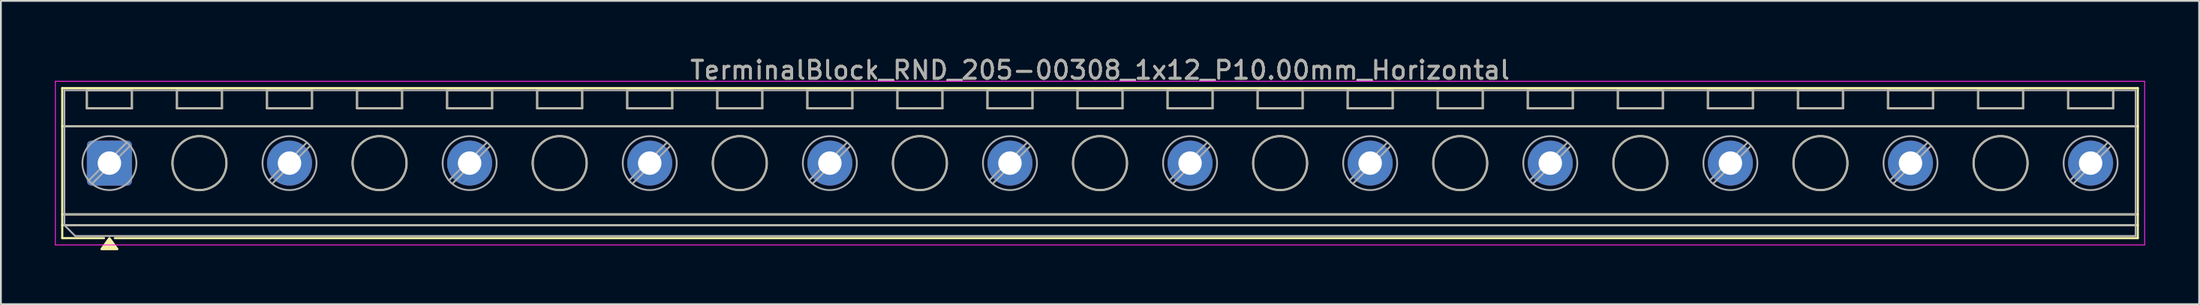
<source format=kicad_pcb>
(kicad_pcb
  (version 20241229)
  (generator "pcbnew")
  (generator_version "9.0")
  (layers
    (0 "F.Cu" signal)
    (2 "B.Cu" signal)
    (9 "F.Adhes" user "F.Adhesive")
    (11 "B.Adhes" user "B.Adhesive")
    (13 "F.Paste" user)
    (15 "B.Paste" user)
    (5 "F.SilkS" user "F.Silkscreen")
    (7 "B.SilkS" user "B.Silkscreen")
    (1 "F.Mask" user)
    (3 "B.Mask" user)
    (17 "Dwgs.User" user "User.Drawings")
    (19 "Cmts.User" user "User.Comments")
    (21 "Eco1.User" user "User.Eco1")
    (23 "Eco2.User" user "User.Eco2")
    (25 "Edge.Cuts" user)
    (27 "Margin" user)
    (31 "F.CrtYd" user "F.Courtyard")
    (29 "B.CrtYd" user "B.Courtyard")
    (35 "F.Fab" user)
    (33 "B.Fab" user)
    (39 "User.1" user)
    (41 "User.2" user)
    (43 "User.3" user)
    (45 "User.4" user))
  (footprint "TerminalBlock_RND_205-00308_1x12_P10.00mm_Horizontal"
    (layer "F.Cu")
    (at 3.025 6.018)
    (property "Reference" "TerminalBlock_RND_205-00308_1x12_P10.00mm_Horizontal" (at 55 -5.17 0) (layer "F.SilkS") (effects (font (size 1 1) (thickness 0.15))))
    (attr through_hole)
    (fp_line (start -2.62 -4.17) (end -2.62 4.17) (stroke (width 0.12) (type solid)) (layer "F.SilkS"))
    (fp_line (start -2.62 -4.17) (end 112.62 -4.17) (stroke (width 0.12) (type solid)) (layer "F.SilkS"))
    (fp_line (start -2.62 -2.05) (end 112.62 -2.05) (stroke (width 0.12) (type solid)) (layer "F.SilkS"))
    (fp_line (start -2.62 2.85) (end 112.62 2.85) (stroke (width 0.12) (type solid)) (layer "F.SilkS"))
    (fp_line (start -2.62 3.45) (end 112.62 3.45) (stroke (width 0.12) (type solid)) (layer "F.SilkS"))
    (fp_line (start -2.62 4.17) (end -0.3 4.17) (stroke (width 0.12) (type solid)) (layer "F.SilkS"))
    (fp_line (start -1.25 -4.05) (end -1.25 -3.05) (stroke (width 0.12) (type solid)) (layer "F.SilkS"))
    (fp_line (start -1.25 -4.05) (end 1.25 -4.05) (stroke (width 0.12) (type solid)) (layer "F.SilkS"))
    (fp_line (start -1.25 -3.05) (end 1.25 -3.05) (stroke (width 0.12) (type solid)) (layer "F.SilkS"))
    (fp_line (start 0.3 4.17) (end 112.62 4.17) (stroke (width 0.12) (type solid)) (layer "F.SilkS"))
    (fp_line (start 1.25 -4.05) (end 1.25 -3.05) (stroke (width 0.12) (type solid)) (layer "F.SilkS"))
    (fp_line (start 3.75 -4.05) (end 3.75 -3.05) (stroke (width 0.12) (type solid)) (layer "F.SilkS"))
    (fp_line (start 3.75 -4.05) (end 6.25 -4.05) (stroke (width 0.12) (type solid)) (layer "F.SilkS"))
    (fp_line (start 3.75 -3.05) (end 6.25 -3.05) (stroke (width 0.12) (type solid)) (layer "F.SilkS"))
    (fp_line (start 6.25 -4.05) (end 6.25 -3.05) (stroke (width 0.12) (type solid)) (layer "F.SilkS"))
    (fp_line (start 8.75 -4.05) (end 8.75 -3.05) (stroke (width 0.12) (type solid)) (layer "F.SilkS"))
    (fp_line (start 8.75 -4.05) (end 11.25 -4.05) (stroke (width 0.12) (type solid)) (layer "F.SilkS"))
    (fp_line (start 8.75 -3.05) (end 11.25 -3.05) (stroke (width 0.12) (type solid)) (layer "F.SilkS"))
    (fp_line (start 11.25 -4.05) (end 11.25 -3.05) (stroke (width 0.12) (type solid)) (layer "F.SilkS"))
    (fp_line (start 13.75 -4.05) (end 13.75 -3.05) (stroke (width 0.12) (type solid)) (layer "F.SilkS"))
    (fp_line (start 13.75 -4.05) (end 16.25 -4.05) (stroke (width 0.12) (type solid)) (layer "F.SilkS"))
    (fp_line (start 13.75 -3.05) (end 16.25 -3.05) (stroke (width 0.12) (type solid)) (layer "F.SilkS"))
    (fp_line (start 16.25 -4.05) (end 16.25 -3.05) (stroke (width 0.12) (type solid)) (layer "F.SilkS"))
    (fp_line (start 18.75 -4.05) (end 18.75 -3.05) (stroke (width 0.12) (type solid)) (layer "F.SilkS"))
    (fp_line (start 18.75 -4.05) (end 21.25 -4.05) (stroke (width 0.12) (type solid)) (layer "F.SilkS"))
    (fp_line (start 18.75 -3.05) (end 21.25 -3.05) (stroke (width 0.12) (type solid)) (layer "F.SilkS"))
    (fp_line (start 21.25 -4.05) (end 21.25 -3.05) (stroke (width 0.12) (type solid)) (layer "F.SilkS"))
    (fp_line (start 23.75 -4.05) (end 23.75 -3.05) (stroke (width 0.12) (type solid)) (layer "F.SilkS"))
    (fp_line (start 23.75 -4.05) (end 26.25 -4.05) (stroke (width 0.12) (type solid)) (layer "F.SilkS"))
    (fp_line (start 23.75 -3.05) (end 26.25 -3.05) (stroke (width 0.12) (type solid)) (layer "F.SilkS"))
    (fp_line (start 26.25 -4.05) (end 26.25 -3.05) (stroke (width 0.12) (type solid)) (layer "F.SilkS"))
    (fp_line (start 28.75 -4.05) (end 28.75 -3.05) (stroke (width 0.12) (type solid)) (layer "F.SilkS"))
    (fp_line (start 28.75 -4.05) (end 31.25 -4.05) (stroke (width 0.12) (type solid)) (layer "F.SilkS"))
    (fp_line (start 28.75 -3.05) (end 31.25 -3.05) (stroke (width 0.12) (type solid)) (layer "F.SilkS"))
    (fp_line (start 31.25 -4.05) (end 31.25 -3.05) (stroke (width 0.12) (type solid)) (layer "F.SilkS"))
    (fp_line (start 33.75 -4.05) (end 33.75 -3.05) (stroke (width 0.12) (type solid)) (layer "F.SilkS"))
    (fp_line (start 33.75 -4.05) (end 36.25 -4.05) (stroke (width 0.12) (type solid)) (layer "F.SilkS"))
    (fp_line (start 33.75 -3.05) (end 36.25 -3.05) (stroke (width 0.12) (type solid)) (layer "F.SilkS"))
    (fp_line (start 36.25 -4.05) (end 36.25 -3.05) (stroke (width 0.12) (type solid)) (layer "F.SilkS"))
    (fp_line (start 38.75 -4.05) (end 38.75 -3.05) (stroke (width 0.12) (type solid)) (layer "F.SilkS"))
    (fp_line (start 38.75 -4.05) (end 41.25 -4.05) (stroke (width 0.12) (type solid)) (layer "F.SilkS"))
    (fp_line (start 38.75 -3.05) (end 41.25 -3.05) (stroke (width 0.12) (type solid)) (layer "F.SilkS"))
    (fp_line (start 41.25 -4.05) (end 41.25 -3.05) (stroke (width 0.12) (type solid)) (layer "F.SilkS"))
    (fp_line (start 43.75 -4.05) (end 43.75 -3.05) (stroke (width 0.12) (type solid)) (layer "F.SilkS"))
    (fp_line (start 43.75 -4.05) (end 46.25 -4.05) (stroke (width 0.12) (type solid)) (layer "F.SilkS"))
    (fp_line (start 43.75 -3.05) (end 46.25 -3.05) (stroke (width 0.12) (type solid)) (layer "F.SilkS"))
    (fp_line (start 46.25 -4.05) (end 46.25 -3.05) (stroke (width 0.12) (type solid)) (layer "F.SilkS"))
    (fp_line (start 48.75 -4.05) (end 48.75 -3.05) (stroke (width 0.12) (type solid)) (layer "F.SilkS"))
    (fp_line (start 48.75 -4.05) (end 51.25 -4.05) (stroke (width 0.12) (type solid)) (layer "F.SilkS"))
    (fp_line (start 48.75 -3.05) (end 51.25 -3.05) (stroke (width 0.12) (type solid)) (layer "F.SilkS"))
    (fp_line (start 51.25 -4.05) (end 51.25 -3.05) (stroke (width 0.12) (type solid)) (layer "F.SilkS"))
    (fp_line (start 53.75 -4.05) (end 53.75 -3.05) (stroke (width 0.12) (type solid)) (layer "F.SilkS"))
    (fp_line (start 53.75 -4.05) (end 56.25 -4.05) (stroke (width 0.12) (type solid)) (layer "F.SilkS"))
    (fp_line (start 53.75 -3.05) (end 56.25 -3.05) (stroke (width 0.12) (type solid)) (layer "F.SilkS"))
    (fp_line (start 56.25 -4.05) (end 56.25 -3.05) (stroke (width 0.12) (type solid)) (layer "F.SilkS"))
    (fp_line (start 58.75 -4.05) (end 58.75 -3.05) (stroke (width 0.12) (type solid)) (layer "F.SilkS"))
    (fp_line (start 58.75 -4.05) (end 61.25 -4.05) (stroke (width 0.12) (type solid)) (layer "F.SilkS"))
    (fp_line (start 58.75 -3.05) (end 61.25 -3.05) (stroke (width 0.12) (type solid)) (layer "F.SilkS"))
    (fp_line (start 61.25 -4.05) (end 61.25 -3.05) (stroke (width 0.12) (type solid)) (layer "F.SilkS"))
    (fp_line (start 63.75 -4.05) (end 63.75 -3.05) (stroke (width 0.12) (type solid)) (layer "F.SilkS"))
    (fp_line (start 63.75 -4.05) (end 66.25 -4.05) (stroke (width 0.12) (type solid)) (layer "F.SilkS"))
    (fp_line (start 63.75 -3.05) (end 66.25 -3.05) (stroke (width 0.12) (type solid)) (layer "F.SilkS"))
    (fp_line (start 66.25 -4.05) (end 66.25 -3.05) (stroke (width 0.12) (type solid)) (layer "F.SilkS"))
    (fp_line (start 68.75 -4.05) (end 68.75 -3.05) (stroke (width 0.12) (type solid)) (layer "F.SilkS"))
    (fp_line (start 68.75 -4.05) (end 71.25 -4.05) (stroke (width 0.12) (type solid)) (layer "F.SilkS"))
    (fp_line (start 68.75 -3.05) (end 71.25 -3.05) (stroke (width 0.12) (type solid)) (layer "F.SilkS"))
    (fp_line (start 71.25 -4.05) (end 71.25 -3.05) (stroke (width 0.12) (type solid)) (layer "F.SilkS"))
    (fp_line (start 73.75 -4.05) (end 73.75 -3.05) (stroke (width 0.12) (type solid)) (layer "F.SilkS"))
    (fp_line (start 73.75 -4.05) (end 76.25 -4.05) (stroke (width 0.12) (type solid)) (layer "F.SilkS"))
    (fp_line (start 73.75 -3.05) (end 76.25 -3.05) (stroke (width 0.12) (type solid)) (layer "F.SilkS"))
    (fp_line (start 76.25 -4.05) (end 76.25 -3.05) (stroke (width 0.12) (type solid)) (layer "F.SilkS"))
    (fp_line (start 78.75 -4.05) (end 78.75 -3.05) (stroke (width 0.12) (type solid)) (layer "F.SilkS"))
    (fp_line (start 78.75 -4.05) (end 81.25 -4.05) (stroke (width 0.12) (type solid)) (layer "F.SilkS"))
    (fp_line (start 78.75 -3.05) (end 81.25 -3.05) (stroke (width 0.12) (type solid)) (layer "F.SilkS"))
    (fp_line (start 81.25 -4.05) (end 81.25 -3.05) (stroke (width 0.12) (type solid)) (layer "F.SilkS"))
    (fp_line (start 83.75 -4.05) (end 83.75 -3.05) (stroke (width 0.12) (type solid)) (layer "F.SilkS"))
    (fp_line (start 83.75 -4.05) (end 86.25 -4.05) (stroke (width 0.12) (type solid)) (layer "F.SilkS"))
    (fp_line (start 83.75 -3.05) (end 86.25 -3.05) (stroke (width 0.12) (type solid)) (layer "F.SilkS"))
    (fp_line (start 86.25 -4.05) (end 86.25 -3.05) (stroke (width 0.12) (type solid)) (layer "F.SilkS"))
    (fp_line (start 88.75 -4.05) (end 88.75 -3.05) (stroke (width 0.12) (type solid)) (layer "F.SilkS"))
    (fp_line (start 88.75 -4.05) (end 91.25 -4.05) (stroke (width 0.12) (type solid)) (layer "F.SilkS"))
    (fp_line (start 88.75 -3.05) (end 91.25 -3.05) (stroke (width 0.12) (type solid)) (layer "F.SilkS"))
    (fp_line (start 91.25 -4.05) (end 91.25 -3.05) (stroke (width 0.12) (type solid)) (layer "F.SilkS"))
    (fp_line (start 93.75 -4.05) (end 93.75 -3.05) (stroke (width 0.12) (type solid)) (layer "F.SilkS"))
    (fp_line (start 93.75 -4.05) (end 96.25 -4.05) (stroke (width 0.12) (type solid)) (layer "F.SilkS"))
    (fp_line (start 93.75 -3.05) (end 96.25 -3.05) (stroke (width 0.12) (type solid)) (layer "F.SilkS"))
    (fp_line (start 96.25 -4.05) (end 96.25 -3.05) (stroke (width 0.12) (type solid)) (layer "F.SilkS"))
    (fp_line (start 98.75 -4.05) (end 98.75 -3.05) (stroke (width 0.12) (type solid)) (layer "F.SilkS"))
    (fp_line (start 98.75 -4.05) (end 101.25 -4.05) (stroke (width 0.12) (type solid)) (layer "F.SilkS"))
    (fp_line (start 98.75 -3.05) (end 101.25 -3.05) (stroke (width 0.12) (type solid)) (layer "F.SilkS"))
    (fp_line (start 101.25 -4.05) (end 101.25 -3.05) (stroke (width 0.12) (type solid)) (layer "F.SilkS"))
    (fp_line (start 103.75 -4.05) (end 103.75 -3.05) (stroke (width 0.12) (type solid)) (layer "F.SilkS"))
    (fp_line (start 103.75 -4.05) (end 106.25 -4.05) (stroke (width 0.12) (type solid)) (layer "F.SilkS"))
    (fp_line (start 103.75 -3.05) (end 106.25 -3.05) (stroke (width 0.12) (type solid)) (layer "F.SilkS"))
    (fp_line (start 106.25 -4.05) (end 106.25 -3.05) (stroke (width 0.12) (type solid)) (layer "F.SilkS"))
    (fp_line (start 108.75 -4.05) (end 108.75 -3.05) (stroke (width 0.12) (type solid)) (layer "F.SilkS"))
    (fp_line (start 108.75 -4.05) (end 111.25 -4.05) (stroke (width 0.12) (type solid)) (layer "F.SilkS"))
    (fp_line (start 108.75 -3.05) (end 111.25 -3.05) (stroke (width 0.12) (type solid)) (layer "F.SilkS"))
    (fp_line (start 111.25 -4.05) (end 111.25 -3.05) (stroke (width 0.12) (type solid)) (layer "F.SilkS"))
    (fp_line (start 112.62 -4.17) (end 112.62 4.17) (stroke (width 0.12) (type solid)) (layer "F.SilkS"))
    (fp_circle (center 5 0) (end 6.5 0) (stroke (width 0.12) (type solid)) (fill no) (layer "F.SilkS"))
    (fp_circle (center 15 0) (end 16.5 0) (stroke (width 0.12) (type solid)) (fill no) (layer "F.SilkS"))
    (fp_circle (center 25 0) (end 26.5 0) (stroke (width 0.12) (type solid)) (fill no) (layer "F.SilkS"))
    (fp_circle (center 35 0) (end 36.5 0) (stroke (width 0.12) (type solid)) (fill no) (layer "F.SilkS"))
    (fp_circle (center 45 0) (end 46.5 0) (stroke (width 0.12) (type solid)) (fill no) (layer "F.SilkS"))
    (fp_circle (center 55 0) (end 56.5 0) (stroke (width 0.12) (type solid)) (fill no) (layer "F.SilkS"))
    (fp_circle (center 65 0) (end 66.5 0) (stroke (width 0.12) (type solid)) (fill no) (layer "F.SilkS"))
    (fp_circle (center 75 0) (end 76.5 0) (stroke (width 0.12) (type solid)) (fill no) (layer "F.SilkS"))
    (fp_circle (center 85 0) (end 86.5 0) (stroke (width 0.12) (type solid)) (fill no) (layer "F.SilkS"))
    (fp_circle (center 95 0) (end 96.5 0) (stroke (width 0.12) (type solid)) (fill no) (layer "F.SilkS"))
    (fp_circle (center 105 0) (end 106.5 0) (stroke (width 0.12) (type solid)) (fill no) (layer "F.SilkS"))
    (fp_poly (pts (xy 0 4.17) (xy 0.44 4.78) (xy -0.44 4.78)) (stroke (width 0.12) (type solid)) (fill yes) (layer "F.SilkS"))
    (fp_line (start -3 -4.55) (end -3 4.55) (stroke (width 0.05) (type solid)) (layer "F.CrtYd"))
    (fp_line (start -3 4.55) (end 113 4.55) (stroke (width 0.05) (type solid)) (layer "F.CrtYd"))
    (fp_line (start 113 -4.55) (end -3 -4.55) (stroke (width 0.05) (type solid)) (layer "F.CrtYd"))
    (fp_line (start 113 4.55) (end 113 -4.55) (stroke (width 0.05) (type solid)) (layer "F.CrtYd"))
    (fp_line (start -2.5 -4.05) (end 112.5 -4.05) (stroke (width 0.1) (type solid)) (layer "F.Fab"))
    (fp_line (start -2.5 -2.05) (end 112.5 -2.05) (stroke (width 0.1) (type solid)) (layer "F.Fab"))
    (fp_line (start -2.5 2.85) (end 112.5 2.85) (stroke (width 0.1) (type solid)) (layer "F.Fab"))
    (fp_line (start -2.5 3.45) (end -2.5 -4.05) (stroke (width 0.1) (type solid)) (layer "F.Fab"))
    (fp_line (start -2.5 3.45) (end 112.5 3.45) (stroke (width 0.1) (type solid)) (layer "F.Fab"))
    (fp_line (start -1.9 4.05) (end -2.5 3.45) (stroke (width 0.1) (type solid)) (layer "F.Fab"))
    (fp_line (start -1.25 -4.05) (end -1.25 -3.05) (stroke (width 0.1) (type solid)) (layer "F.Fab"))
    (fp_line (start -1.25 -3.05) (end 1.25 -3.05) (stroke (width 0.1) (type solid)) (layer "F.Fab"))
    (fp_line (start 0.955 -1.138) (end -1.138 0.954) (stroke (width 0.1) (type solid)) (layer "F.Fab"))
    (fp_line (start 1.138 -0.954) (end -0.955 1.137) (stroke (width 0.1) (type solid)) (layer "F.Fab"))
    (fp_line (start 1.25 -4.05) (end -1.25 -4.05) (stroke (width 0.1) (type solid)) (layer "F.Fab"))
    (fp_line (start 1.25 -3.05) (end 1.25 -4.05) (stroke (width 0.1) (type solid)) (layer "F.Fab"))
    (fp_line (start 3.75 -4.05) (end 3.75 -3.05) (stroke (width 0.1) (type solid)) (layer "F.Fab"))
    (fp_line (start 3.75 -3.05) (end 6.25 -3.05) (stroke (width 0.1) (type solid)) (layer "F.Fab"))
    (fp_line (start 6.25 -4.05) (end 3.75 -4.05) (stroke (width 0.1) (type solid)) (layer "F.Fab"))
    (fp_line (start 6.25 -3.05) (end 6.25 -4.05) (stroke (width 0.1) (type solid)) (layer "F.Fab"))
    (fp_line (start 8.75 -4.05) (end 8.75 -3.05) (stroke (width 0.1) (type solid)) (layer "F.Fab"))
    (fp_line (start 8.75 -3.05) (end 11.25 -3.05) (stroke (width 0.1) (type solid)) (layer "F.Fab"))
    (fp_line (start 10.955 -1.138) (end 8.862 0.954) (stroke (width 0.1) (type solid)) (layer "F.Fab"))
    (fp_line (start 11.138 -0.954) (end 9.045 1.137) (stroke (width 0.1) (type solid)) (layer "F.Fab"))
    (fp_line (start 11.25 -4.05) (end 8.75 -4.05) (stroke (width 0.1) (type solid)) (layer "F.Fab"))
    (fp_line (start 11.25 -3.05) (end 11.25 -4.05) (stroke (width 0.1) (type solid)) (layer "F.Fab"))
    (fp_line (start 13.75 -4.05) (end 13.75 -3.05) (stroke (width 0.1) (type solid)) (layer "F.Fab"))
    (fp_line (start 13.75 -3.05) (end 16.25 -3.05) (stroke (width 0.1) (type solid)) (layer "F.Fab"))
    (fp_line (start 16.25 -4.05) (end 13.75 -4.05) (stroke (width 0.1) (type solid)) (layer "F.Fab"))
    (fp_line (start 16.25 -3.05) (end 16.25 -4.05) (stroke (width 0.1) (type solid)) (layer "F.Fab"))
    (fp_line (start 18.75 -4.05) (end 18.75 -3.05) (stroke (width 0.1) (type solid)) (layer "F.Fab"))
    (fp_line (start 18.75 -3.05) (end 21.25 -3.05) (stroke (width 0.1) (type solid)) (layer "F.Fab"))
    (fp_line (start 20.955 -1.138) (end 18.862 0.954) (stroke (width 0.1) (type solid)) (layer "F.Fab"))
    (fp_line (start 21.138 -0.954) (end 19.045 1.137) (stroke (width 0.1) (type solid)) (layer "F.Fab"))
    (fp_line (start 21.25 -4.05) (end 18.75 -4.05) (stroke (width 0.1) (type solid)) (layer "F.Fab"))
    (fp_line (start 21.25 -3.05) (end 21.25 -4.05) (stroke (width 0.1) (type solid)) (layer "F.Fab"))
    (fp_line (start 23.75 -4.05) (end 23.75 -3.05) (stroke (width 0.1) (type solid)) (layer "F.Fab"))
    (fp_line (start 23.75 -3.05) (end 26.25 -3.05) (stroke (width 0.1) (type solid)) (layer "F.Fab"))
    (fp_line (start 26.25 -4.05) (end 23.75 -4.05) (stroke (width 0.1) (type solid)) (layer "F.Fab"))
    (fp_line (start 26.25 -3.05) (end 26.25 -4.05) (stroke (width 0.1) (type solid)) (layer "F.Fab"))
    (fp_line (start 28.75 -4.05) (end 28.75 -3.05) (stroke (width 0.1) (type solid)) (layer "F.Fab"))
    (fp_line (start 28.75 -3.05) (end 31.25 -3.05) (stroke (width 0.1) (type solid)) (layer "F.Fab"))
    (fp_line (start 30.955 -1.138) (end 28.862 0.954) (stroke (width 0.1) (type solid)) (layer "F.Fab"))
    (fp_line (start 31.138 -0.954) (end 29.045 1.137) (stroke (width 0.1) (type solid)) (layer "F.Fab"))
    (fp_line (start 31.25 -4.05) (end 28.75 -4.05) (stroke (width 0.1) (type solid)) (layer "F.Fab"))
    (fp_line (start 31.25 -3.05) (end 31.25 -4.05) (stroke (width 0.1) (type solid)) (layer "F.Fab"))
    (fp_line (start 33.75 -4.05) (end 33.75 -3.05) (stroke (width 0.1) (type solid)) (layer "F.Fab"))
    (fp_line (start 33.75 -3.05) (end 36.25 -3.05) (stroke (width 0.1) (type solid)) (layer "F.Fab"))
    (fp_line (start 36.25 -4.05) (end 33.75 -4.05) (stroke (width 0.1) (type solid)) (layer "F.Fab"))
    (fp_line (start 36.25 -3.05) (end 36.25 -4.05) (stroke (width 0.1) (type solid)) (layer "F.Fab"))
    (fp_line (start 38.75 -4.05) (end 38.75 -3.05) (stroke (width 0.1) (type solid)) (layer "F.Fab"))
    (fp_line (start 38.75 -3.05) (end 41.25 -3.05) (stroke (width 0.1) (type solid)) (layer "F.Fab"))
    (fp_line (start 40.955 -1.138) (end 38.862 0.954) (stroke (width 0.1) (type solid)) (layer "F.Fab"))
    (fp_line (start 41.138 -0.954) (end 39.045 1.137) (stroke (width 0.1) (type solid)) (layer "F.Fab"))
    (fp_line (start 41.25 -4.05) (end 38.75 -4.05) (stroke (width 0.1) (type solid)) (layer "F.Fab"))
    (fp_line (start 41.25 -3.05) (end 41.25 -4.05) (stroke (width 0.1) (type solid)) (layer "F.Fab"))
    (fp_line (start 43.75 -4.05) (end 43.75 -3.05) (stroke (width 0.1) (type solid)) (layer "F.Fab"))
    (fp_line (start 43.75 -3.05) (end 46.25 -3.05) (stroke (width 0.1) (type solid)) (layer "F.Fab"))
    (fp_line (start 46.25 -4.05) (end 43.75 -4.05) (stroke (width 0.1) (type solid)) (layer "F.Fab"))
    (fp_line (start 46.25 -3.05) (end 46.25 -4.05) (stroke (width 0.1) (type solid)) (layer "F.Fab"))
    (fp_line (start 48.75 -4.05) (end 48.75 -3.05) (stroke (width 0.1) (type solid)) (layer "F.Fab"))
    (fp_line (start 48.75 -3.05) (end 51.25 -3.05) (stroke (width 0.1) (type solid)) (layer "F.Fab"))
    (fp_line (start 50.955 -1.138) (end 48.862 0.954) (stroke (width 0.1) (type solid)) (layer "F.Fab"))
    (fp_line (start 51.138 -0.954) (end 49.045 1.137) (stroke (width 0.1) (type solid)) (layer "F.Fab"))
    (fp_line (start 51.25 -4.05) (end 48.75 -4.05) (stroke (width 0.1) (type solid)) (layer "F.Fab"))
    (fp_line (start 51.25 -3.05) (end 51.25 -4.05) (stroke (width 0.1) (type solid)) (layer "F.Fab"))
    (fp_line (start 53.75 -4.05) (end 53.75 -3.05) (stroke (width 0.1) (type solid)) (layer "F.Fab"))
    (fp_line (start 53.75 -3.05) (end 56.25 -3.05) (stroke (width 0.1) (type solid)) (layer "F.Fab"))
    (fp_line (start 56.25 -4.05) (end 53.75 -4.05) (stroke (width 0.1) (type solid)) (layer "F.Fab"))
    (fp_line (start 56.25 -3.05) (end 56.25 -4.05) (stroke (width 0.1) (type solid)) (layer "F.Fab"))
    (fp_line (start 58.75 -4.05) (end 58.75 -3.05) (stroke (width 0.1) (type solid)) (layer "F.Fab"))
    (fp_line (start 58.75 -3.05) (end 61.25 -3.05) (stroke (width 0.1) (type solid)) (layer "F.Fab"))
    (fp_line (start 60.955 -1.138) (end 58.862 0.954) (stroke (width 0.1) (type solid)) (layer "F.Fab"))
    (fp_line (start 61.138 -0.954) (end 59.045 1.137) (stroke (width 0.1) (type solid)) (layer "F.Fab"))
    (fp_line (start 61.25 -4.05) (end 58.75 -4.05) (stroke (width 0.1) (type solid)) (layer "F.Fab"))
    (fp_line (start 61.25 -3.05) (end 61.25 -4.05) (stroke (width 0.1) (type solid)) (layer "F.Fab"))
    (fp_line (start 63.75 -4.05) (end 63.75 -3.05) (stroke (width 0.1) (type solid)) (layer "F.Fab"))
    (fp_line (start 63.75 -3.05) (end 66.25 -3.05) (stroke (width 0.1) (type solid)) (layer "F.Fab"))
    (fp_line (start 66.25 -4.05) (end 63.75 -4.05) (stroke (width 0.1) (type solid)) (layer "F.Fab"))
    (fp_line (start 66.25 -3.05) (end 66.25 -4.05) (stroke (width 0.1) (type solid)) (layer "F.Fab"))
    (fp_line (start 68.75 -4.05) (end 68.75 -3.05) (stroke (width 0.1) (type solid)) (layer "F.Fab"))
    (fp_line (start 68.75 -3.05) (end 71.25 -3.05) (stroke (width 0.1) (type solid)) (layer "F.Fab"))
    (fp_line (start 70.955 -1.138) (end 68.862 0.954) (stroke (width 0.1) (type solid)) (layer "F.Fab"))
    (fp_line (start 71.138 -0.954) (end 69.045 1.137) (stroke (width 0.1) (type solid)) (layer "F.Fab"))
    (fp_line (start 71.25 -4.05) (end 68.75 -4.05) (stroke (width 0.1) (type solid)) (layer "F.Fab"))
    (fp_line (start 71.25 -3.05) (end 71.25 -4.05) (stroke (width 0.1) (type solid)) (layer "F.Fab"))
    (fp_line (start 73.75 -4.05) (end 73.75 -3.05) (stroke (width 0.1) (type solid)) (layer "F.Fab"))
    (fp_line (start 73.75 -3.05) (end 76.25 -3.05) (stroke (width 0.1) (type solid)) (layer "F.Fab"))
    (fp_line (start 76.25 -4.05) (end 73.75 -4.05) (stroke (width 0.1) (type solid)) (layer "F.Fab"))
    (fp_line (start 76.25 -3.05) (end 76.25 -4.05) (stroke (width 0.1) (type solid)) (layer "F.Fab"))
    (fp_line (start 78.75 -4.05) (end 78.75 -3.05) (stroke (width 0.1) (type solid)) (layer "F.Fab"))
    (fp_line (start 78.75 -3.05) (end 81.25 -3.05) (stroke (width 0.1) (type solid)) (layer "F.Fab"))
    (fp_line (start 80.955 -1.138) (end 78.862 0.954) (stroke (width 0.1) (type solid)) (layer "F.Fab"))
    (fp_line (start 81.138 -0.954) (end 79.045 1.137) (stroke (width 0.1) (type solid)) (layer "F.Fab"))
    (fp_line (start 81.25 -4.05) (end 78.75 -4.05) (stroke (width 0.1) (type solid)) (layer "F.Fab"))
    (fp_line (start 81.25 -3.05) (end 81.25 -4.05) (stroke (width 0.1) (type solid)) (layer "F.Fab"))
    (fp_line (start 83.75 -4.05) (end 83.75 -3.05) (stroke (width 0.1) (type solid)) (layer "F.Fab"))
    (fp_line (start 83.75 -3.05) (end 86.25 -3.05) (stroke (width 0.1) (type solid)) (layer "F.Fab"))
    (fp_line (start 86.25 -4.05) (end 83.75 -4.05) (stroke (width 0.1) (type solid)) (layer "F.Fab"))
    (fp_line (start 86.25 -3.05) (end 86.25 -4.05) (stroke (width 0.1) (type solid)) (layer "F.Fab"))
    (fp_line (start 88.75 -4.05) (end 88.75 -3.05) (stroke (width 0.1) (type solid)) (layer "F.Fab"))
    (fp_line (start 88.75 -3.05) (end 91.25 -3.05) (stroke (width 0.1) (type solid)) (layer "F.Fab"))
    (fp_line (start 90.955 -1.138) (end 88.862 0.954) (stroke (width 0.1) (type solid)) (layer "F.Fab"))
    (fp_line (start 91.138 -0.954) (end 89.045 1.137) (stroke (width 0.1) (type solid)) (layer "F.Fab"))
    (fp_line (start 91.25 -4.05) (end 88.75 -4.05) (stroke (width 0.1) (type solid)) (layer "F.Fab"))
    (fp_line (start 91.25 -3.05) (end 91.25 -4.05) (stroke (width 0.1) (type solid)) (layer "F.Fab"))
    (fp_line (start 93.75 -4.05) (end 93.75 -3.05) (stroke (width 0.1) (type solid)) (layer "F.Fab"))
    (fp_line (start 93.75 -3.05) (end 96.25 -3.05) (stroke (width 0.1) (type solid)) (layer "F.Fab"))
    (fp_line (start 96.25 -4.05) (end 93.75 -4.05) (stroke (width 0.1) (type solid)) (layer "F.Fab"))
    (fp_line (start 96.25 -3.05) (end 96.25 -4.05) (stroke (width 0.1) (type solid)) (layer "F.Fab"))
    (fp_line (start 98.75 -4.05) (end 98.75 -3.05) (stroke (width 0.1) (type solid)) (layer "F.Fab"))
    (fp_line (start 98.75 -3.05) (end 101.25 -3.05) (stroke (width 0.1) (type solid)) (layer "F.Fab"))
    (fp_line (start 100.955 -1.138) (end 98.862 0.954) (stroke (width 0.1) (type solid)) (layer "F.Fab"))
    (fp_line (start 101.138 -0.954) (end 99.045 1.137) (stroke (width 0.1) (type solid)) (layer "F.Fab"))
    (fp_line (start 101.25 -4.05) (end 98.75 -4.05) (stroke (width 0.1) (type solid)) (layer "F.Fab"))
    (fp_line (start 101.25 -3.05) (end 101.25 -4.05) (stroke (width 0.1) (type solid)) (layer "F.Fab"))
    (fp_line (start 103.75 -4.05) (end 103.75 -3.05) (stroke (width 0.1) (type solid)) (layer "F.Fab"))
    (fp_line (start 103.75 -3.05) (end 106.25 -3.05) (stroke (width 0.1) (type solid)) (layer "F.Fab"))
    (fp_line (start 106.25 -4.05) (end 103.75 -4.05) (stroke (width 0.1) (type solid)) (layer "F.Fab"))
    (fp_line (start 106.25 -3.05) (end 106.25 -4.05) (stroke (width 0.1) (type solid)) (layer "F.Fab"))
    (fp_line (start 108.75 -4.05) (end 108.75 -3.05) (stroke (width 0.1) (type solid)) (layer "F.Fab"))
    (fp_line (start 108.75 -3.05) (end 111.25 -3.05) (stroke (width 0.1) (type solid)) (layer "F.Fab"))
    (fp_line (start 110.955 -1.138) (end 108.862 0.954) (stroke (width 0.1) (type solid)) (layer "F.Fab"))
    (fp_line (start 111.138 -0.954) (end 109.045 1.137) (stroke (width 0.1) (type solid)) (layer "F.Fab"))
    (fp_line (start 111.25 -4.05) (end 108.75 -4.05) (stroke (width 0.1) (type solid)) (layer "F.Fab"))
    (fp_line (start 111.25 -3.05) (end 111.25 -4.05) (stroke (width 0.1) (type solid)) (layer "F.Fab"))
    (fp_line (start 112.5 -4.05) (end 112.5 4.05) (stroke (width 0.1) (type solid)) (layer "F.Fab"))
    (fp_line (start 112.5 4.05) (end -1.9 4.05) (stroke (width 0.1) (type solid)) (layer "F.Fab"))
    (fp_circle (center 0 0) (end 1.5 0) (stroke (width 0.1) (type solid)) (fill no) (layer "F.Fab"))
    (fp_circle (center 5 0) (end 6.5 0) (stroke (width 0.1) (type solid)) (fill no) (layer "F.Fab"))
    (fp_circle (center 10 0) (end 11.5 0) (stroke (width 0.1) (type solid)) (fill no) (layer "F.Fab"))
    (fp_circle (center 15 0) (end 16.5 0) (stroke (width 0.1) (type solid)) (fill no) (layer "F.Fab"))
    (fp_circle (center 20 0) (end 21.5 0) (stroke (width 0.1) (type solid)) (fill no) (layer "F.Fab"))
    (fp_circle (center 25 0) (end 26.5 0) (stroke (width 0.1) (type solid)) (fill no) (layer "F.Fab"))
    (fp_circle (center 30 0) (end 31.5 0) (stroke (width 0.1) (type solid)) (fill no) (layer "F.Fab"))
    (fp_circle (center 35 0) (end 36.5 0) (stroke (width 0.1) (type solid)) (fill no) (layer "F.Fab"))
    (fp_circle (center 40 0) (end 41.5 0) (stroke (width 0.1) (type solid)) (fill no) (layer "F.Fab"))
    (fp_circle (center 45 0) (end 46.5 0) (stroke (width 0.1) (type solid)) (fill no) (layer "F.Fab"))
    (fp_circle (center 50 0) (end 51.5 0) (stroke (width 0.1) (type solid)) (fill no) (layer "F.Fab"))
    (fp_circle (center 55 0) (end 56.5 0) (stroke (width 0.1) (type solid)) (fill no) (layer "F.Fab"))
    (fp_circle (center 60 0) (end 61.5 0) (stroke (width 0.1) (type solid)) (fill no) (layer "F.Fab"))
    (fp_circle (center 65 0) (end 66.5 0) (stroke (width 0.1) (type solid)) (fill no) (layer "F.Fab"))
    (fp_circle (center 70 0) (end 71.5 0) (stroke (width 0.1) (type solid)) (fill no) (layer "F.Fab"))
    (fp_circle (center 75 0) (end 76.5 0) (stroke (width 0.1) (type solid)) (fill no) (layer "F.Fab"))
    (fp_circle (center 80 0) (end 81.5 0) (stroke (width 0.1) (type solid)) (fill no) (layer "F.Fab"))
    (fp_circle (center 85 0) (end 86.5 0) (stroke (width 0.1) (type solid)) (fill no) (layer "F.Fab"))
    (fp_circle (center 90 0) (end 91.5 0) (stroke (width 0.1) (type solid)) (fill no) (layer "F.Fab"))
    (fp_circle (center 95 0) (end 96.5 0) (stroke (width 0.1) (type solid)) (fill no) (layer "F.Fab"))
    (fp_circle (center 100 0) (end 101.5 0) (stroke (width 0.1) (type solid)) (fill no) (layer "F.Fab"))
    (fp_circle (center 105 0) (end 106.5 0) (stroke (width 0.1) (type solid)) (fill no) (layer "F.Fab"))
    (fp_circle (center 110 0) (end 111.5 0) (stroke (width 0.1) (type solid)) (fill no) (layer "F.Fab"))
    (fp_text user "${REFERENCE}" (at 55 -5.17 0) (layer "F.Fab") (effects (font (size 1 1) (thickness 0.15))))
    (pad "1" thru_hole roundrect (at 0 0) (size 2.5 2.5) (drill 1.3) (layers "*.Cu" "*.Mask") (roundrect_rratio 0.1))
    (pad "2" thru_hole circle (at 10 0) (size 2.5 2.5) (drill 1.3) (layers "*.Cu" "*.Mask"))
    (pad "3" thru_hole circle (at 20 0) (size 2.5 2.5) (drill 1.3) (layers "*.Cu" "*.Mask"))
    (pad "4" thru_hole circle (at 30 0) (size 2.5 2.5) (drill 1.3) (layers "*.Cu" "*.Mask"))
    (pad "5" thru_hole circle (at 40 0) (size 2.5 2.5) (drill 1.3) (layers "*.Cu" "*.Mask"))
    (pad "6" thru_hole circle (at 50 0) (size 2.5 2.5) (drill 1.3) (layers "*.Cu" "*.Mask"))
    (pad "7" thru_hole circle (at 60 0) (size 2.5 2.5) (drill 1.3) (layers "*.Cu" "*.Mask"))
    (pad "8" thru_hole circle (at 70 0) (size 2.5 2.5) (drill 1.3) (layers "*.Cu" "*.Mask"))
    (pad "9" thru_hole circle (at 80 0) (size 2.5 2.5) (drill 1.3) (layers "*.Cu" "*.Mask"))
    (pad "10" thru_hole circle (at 90 0) (size 2.5 2.5) (drill 1.3) (layers "*.Cu" "*.Mask"))
    (pad "11" thru_hole circle (at 100 0) (size 2.5 2.5) (drill 1.3) (layers "*.Cu" "*.Mask"))
    (pad "12" thru_hole circle (at 110 0) (size 2.5 2.5) (drill 1.3) (layers "*.Cu" "*.Mask")))
  (gr_rect
    (start -3 -3)
    (end 119.05 13.858)
    (stroke (width 0.1) (type default))
    (fill no)
    (layer "Edge.Cuts")))
</source>
